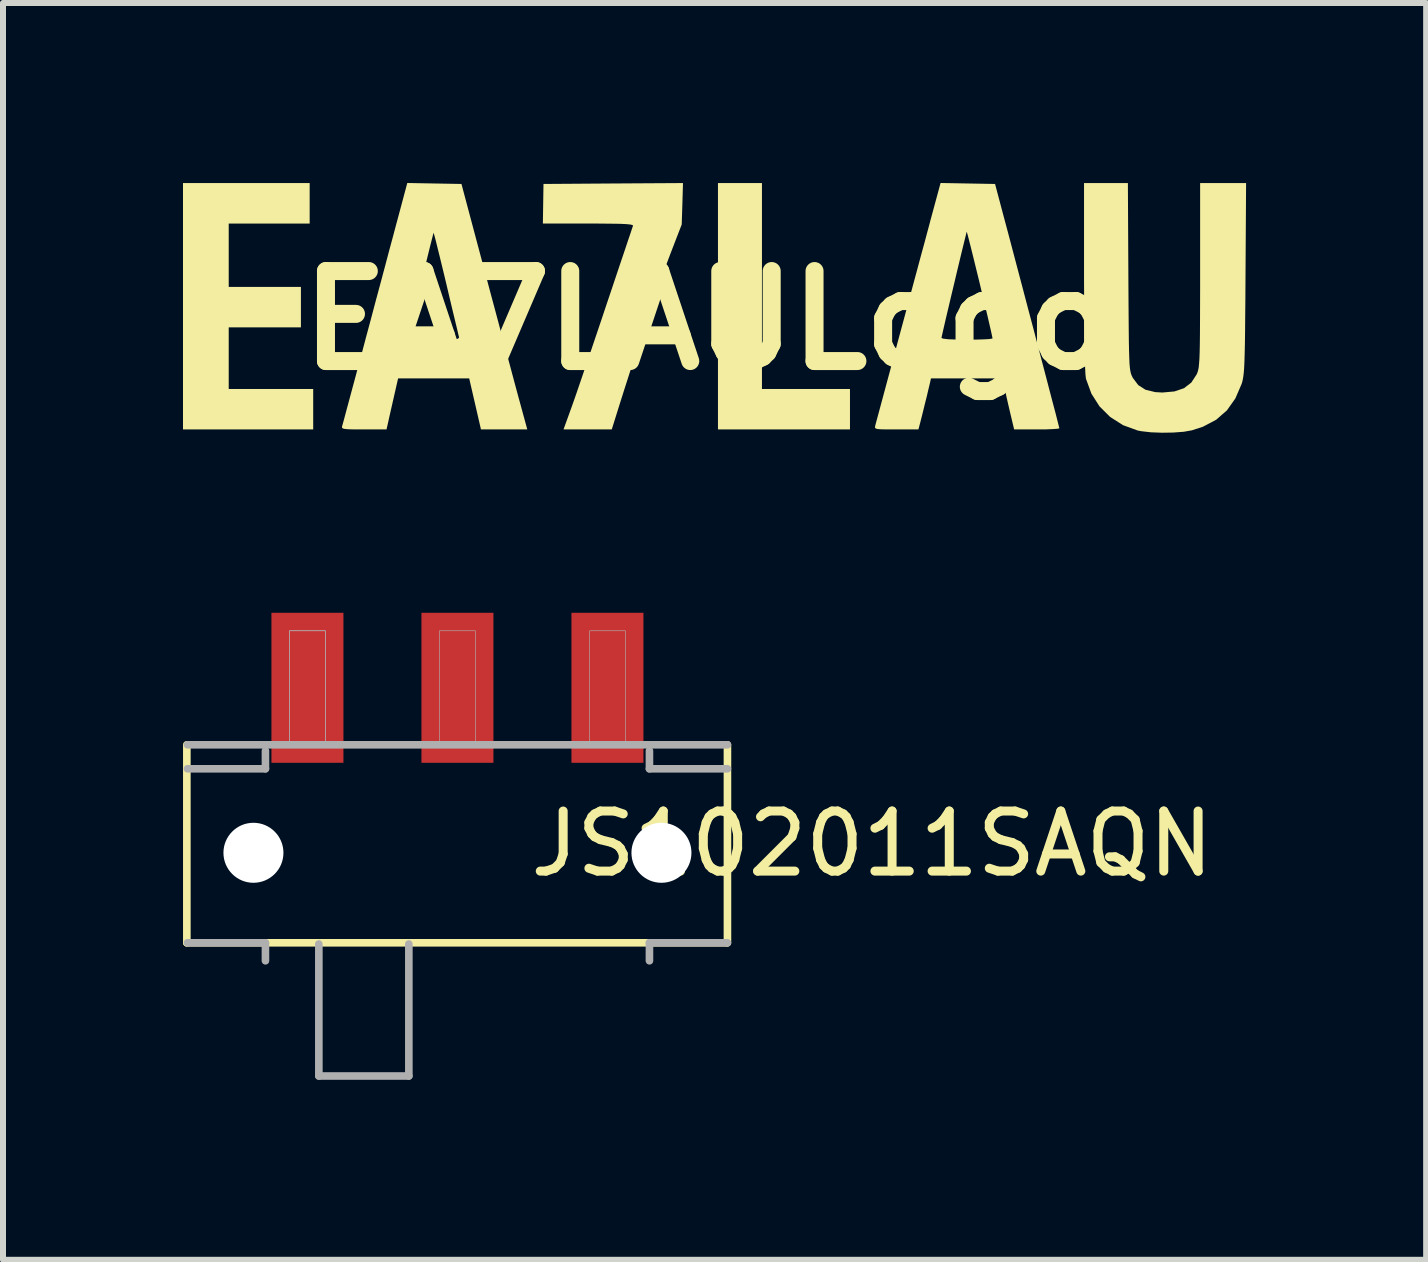
<source format=kicad_pcb>
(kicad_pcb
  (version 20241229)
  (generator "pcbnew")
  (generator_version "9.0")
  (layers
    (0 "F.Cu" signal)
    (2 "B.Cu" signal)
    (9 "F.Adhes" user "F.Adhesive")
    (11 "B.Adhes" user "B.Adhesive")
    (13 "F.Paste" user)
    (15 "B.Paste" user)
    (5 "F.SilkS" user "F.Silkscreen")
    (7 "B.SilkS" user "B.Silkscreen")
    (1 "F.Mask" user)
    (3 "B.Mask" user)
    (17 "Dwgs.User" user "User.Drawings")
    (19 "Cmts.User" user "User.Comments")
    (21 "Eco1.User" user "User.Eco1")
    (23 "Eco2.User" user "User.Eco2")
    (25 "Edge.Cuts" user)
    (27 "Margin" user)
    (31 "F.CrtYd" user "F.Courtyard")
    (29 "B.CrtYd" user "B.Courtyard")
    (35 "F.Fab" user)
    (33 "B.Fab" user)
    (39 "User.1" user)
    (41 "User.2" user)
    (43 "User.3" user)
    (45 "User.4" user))
  (footprint "EA7LAULogo"
    (layer "F.Cu")
    (at 8.74 2.289)
    (property "Reference" "EA7LAULogo" (at 0 0 0) (layer "F.SilkS") (effects (font (size 1.5 1.5) (thickness 0.3))))
    (attr board_only exclude_from_pos_files exclude_from_bom)
    (fp_poly (pts (xy 0.909 -0.572) (xy 0.909 1.144) (xy 1.642 1.144) (xy 2.376 1.144) (xy 2.376 1.481) (xy 2.376 1.818) (xy 1.276 1.818) (xy 0.176 1.818) (xy 0.176 -0.235) (xy 0.176 -2.288) (xy 0.543 -2.288) (xy 0.909 -2.288)) (stroke (width 0) (type solid)) (fill yes) (layer "F.SilkS"))
    (fp_poly (pts (xy -6.629 -1.95) (xy -6.629 -1.613) (xy -7.303 -1.613) (xy -7.978 -1.613) (xy -7.978 -1.085) (xy -7.978 -0.557) (xy -7.377 -0.557) (xy -6.775 -0.557) (xy -6.775 -0.22) (xy -6.775 0.117) (xy -7.377 0.117) (xy -7.978 0.117) (xy -7.978 0.631) (xy -7.978 1.144) (xy -7.274 1.144) (xy -6.57 1.144) (xy -6.57 1.481) (xy -6.57 1.818) (xy -7.655 1.818) (xy -8.74 1.818) (xy -8.74 -0.235) (xy -8.74 -2.288) (xy -7.685 -2.288) (xy -6.629 -2.288)) (stroke (width 0) (type solid)) (fill yes) (layer "F.SilkS"))
    (fp_poly (pts (xy -0.417 -1.943) (xy -0.428 -1.598) (xy -0.621 -1.098) (xy -0.702 -0.883) (xy -0.796 -0.619) (xy -0.902 -0.314) (xy -1.017 0.023) (xy -1.137 0.385) (xy -1.26 0.764) (xy -1.385 1.153) (xy -1.454 1.371) (xy -1.594 1.818) (xy -1.996 1.818) (xy -2.398 1.818) (xy -2.271 1.467) (xy -2.235 1.366) (xy -2.183 1.217) (xy -2.118 1.027) (xy -2.042 0.804) (xy -1.957 0.555) (xy -1.867 0.288) (xy -1.773 0.01) (xy -1.699 -0.212) (xy -1.609 -0.479) (xy -1.525 -0.73) (xy -1.448 -0.959) (xy -1.38 -1.16) (xy -1.324 -1.328) (xy -1.28 -1.457) (xy -1.252 -1.542) (xy -1.24 -1.576) (xy -1.24 -1.576) (xy -1.247 -1.588) (xy -1.283 -1.597) (xy -1.353 -1.604) (xy -1.462 -1.609) (xy -1.615 -1.611) (xy -1.818 -1.613) (xy -1.984 -1.613) (xy -2.742 -1.613) (xy -2.737 -1.943) (xy -2.732 -2.273) (xy -1.569 -2.281) (xy -0.407 -2.288)) (stroke (width 0) (type solid)) (fill yes) (layer "F.SilkS"))
    (fp_poly (pts (xy 7.016 -0.726) (xy 7.018 -0.384) (xy 7.02 -0.095) (xy 7.022 0.145) (xy 7.024 0.341) (xy 7.027 0.499) (xy 7.031 0.623) (xy 7.035 0.719) (xy 7.041 0.791) (xy 7.049 0.844) (xy 7.058 0.884) (xy 7.069 0.915) (xy 7.082 0.943) (xy 7.091 0.96) (xy 7.18 1.079) (xy 7.302 1.157) (xy 7.463 1.196) (xy 7.582 1.203) (xy 7.784 1.185) (xy 7.943 1.131) (xy 8.065 1.037) (xy 8.154 0.901) (xy 8.157 0.895) (xy 8.169 0.865) (xy 8.179 0.831) (xy 8.188 0.785) (xy 8.194 0.725) (xy 8.2 0.644) (xy 8.204 0.537) (xy 8.207 0.4) (xy 8.209 0.227) (xy 8.21 0.014) (xy 8.211 -0.246) (xy 8.212 -0.556) (xy 8.212 -0.755) (xy 8.212 -2.288) (xy 8.595 -2.288) (xy 8.978 -2.288) (xy 8.968 -0.697) (xy 8.966 -0.347) (xy 8.963 -0.05) (xy 8.961 0.197) (xy 8.958 0.402) (xy 8.954 0.567) (xy 8.95 0.7) (xy 8.945 0.804) (xy 8.938 0.885) (xy 8.93 0.948) (xy 8.921 0.997) (xy 8.91 1.039) (xy 8.905 1.056) (xy 8.799 1.302) (xy 8.658 1.501) (xy 8.479 1.657) (xy 8.259 1.773) (xy 8.075 1.833) (xy 7.939 1.857) (xy 7.766 1.87) (xy 7.577 1.873) (xy 7.392 1.866) (xy 7.234 1.848) (xy 7.171 1.836) (xy 6.927 1.747) (xy 6.713 1.611) (xy 6.535 1.434) (xy 6.4 1.222) (xy 6.312 0.982) (xy 6.308 0.967) (xy 6.301 0.906) (xy 6.295 0.791) (xy 6.29 0.623) (xy 6.285 0.408) (xy 6.282 0.148) (xy 6.279 -0.154) (xy 6.278 -0.493) (xy 6.277 -0.726) (xy 6.277 -2.288) (xy 6.642 -2.288) (xy 7.008 -2.288)) (stroke (width 0) (type solid)) (fill yes) (layer "F.SilkS"))
    (fp_poly (pts (xy -4.551 -2.281) (xy -4.099 -2.273) (xy -3.681 -0.704) (xy -3.598 -0.393) (xy -3.515 -0.084) (xy -3.435 0.216) (xy -3.36 0.497) (xy -3.29 0.755) (xy -3.23 0.98) (xy -3.18 1.166) (xy -3.142 1.306) (xy -3.132 1.342) (xy -3.002 1.818) (xy -3.388 1.818) (xy -3.774 1.818) (xy -3.872 1.393) (xy -3.97 0.968) (xy -4.562 0.968) (xy -5.155 0.968) (xy -5.217 1.239) (xy -5.249 1.38) (xy -5.281 1.52) (xy -5.307 1.635) (xy -5.313 1.664) (xy -5.348 1.818) (xy -5.726 1.818) (xy -5.881 1.818) (xy -5.986 1.815) (xy -6.051 1.809) (xy -6.083 1.799) (xy -6.091 1.782) (xy -6.089 1.767) (xy -6.078 1.729) (xy -6.054 1.641) (xy -6.018 1.506) (xy -5.971 1.332) (xy -5.915 1.124) (xy -5.851 0.886) (xy -5.781 0.626) (xy -5.707 0.348) (xy -5.693 0.294) (xy -4.986 0.294) (xy -4.958 0.305) (xy -4.879 0.314) (xy -4.756 0.32) (xy -4.596 0.323) (xy -4.557 0.323) (xy -4.391 0.322) (xy -4.274 0.32) (xy -4.199 0.315) (xy -4.158 0.306) (xy -4.141 0.292) (xy -4.141 0.273) (xy -4.142 0.271) (xy -4.152 0.231) (xy -4.173 0.14) (xy -4.205 0.008) (xy -4.245 -0.158) (xy -4.291 -0.351) (xy -4.341 -0.563) (xy -4.355 -0.623) (xy -4.406 -0.835) (xy -4.453 -1.028) (xy -4.494 -1.193) (xy -4.526 -1.324) (xy -4.55 -1.414) (xy -4.562 -1.457) (xy -4.563 -1.459) (xy -4.572 -1.429) (xy -4.592 -1.351) (xy -4.622 -1.233) (xy -4.659 -1.083) (xy -4.701 -0.91) (xy -4.747 -0.723) (xy -4.794 -0.529) (xy -4.84 -0.337) (xy -4.883 -0.157) (xy -4.921 0.005) (xy -4.952 0.138) (xy -4.974 0.235) (xy -4.985 0.288) (xy -4.986 0.294) (xy -5.693 0.294) (xy -5.689 0.279) (xy -5.607 -0.025) (xy -5.526 -0.331) (xy -5.445 -0.631) (xy -5.369 -0.916) (xy -5.3 -1.177) (xy -5.238 -1.406) (xy -5.188 -1.595) (xy -5.153 -1.724) (xy -5.002 -2.289)) (stroke (width 0) (type solid)) (fill yes) (layer "F.SilkS"))
    (fp_poly (pts (xy 4.34 -2.281) (xy 4.794 -2.273) (xy 4.872 -1.98) (xy 4.941 -1.72) (xy 5.016 -1.44) (xy 5.094 -1.144) (xy 5.175 -0.837) (xy 5.258 -0.524) (xy 5.34 -0.211) (xy 5.422 0.097) (xy 5.5 0.395) (xy 5.574 0.678) (xy 5.643 0.94) (xy 5.705 1.178) (xy 5.759 1.384) (xy 5.804 1.554) (xy 5.837 1.684) (xy 5.858 1.767) (xy 5.866 1.799) (xy 5.866 1.799) (xy 5.839 1.806) (xy 5.763 1.812) (xy 5.651 1.817) (xy 5.514 1.818) (xy 5.489 1.818) (xy 5.112 1.818) (xy 5.034 1.489) (xy 5.001 1.347) (xy 4.972 1.217) (xy 4.949 1.115) (xy 4.939 1.063) (xy 4.92 0.968) (xy 4.323 0.968) (xy 3.726 0.968) (xy 3.708 1.049) (xy 3.686 1.14) (xy 3.656 1.268) (xy 3.62 1.411) (xy 3.586 1.551) (xy 3.557 1.665) (xy 3.546 1.708) (xy 3.517 1.818) (xy 3.149 1.818) (xy 2.996 1.818) (xy 2.894 1.816) (xy 2.831 1.811) (xy 2.801 1.8) (xy 2.792 1.783) (xy 2.797 1.757) (xy 2.798 1.752) (xy 2.813 1.695) (xy 2.842 1.588) (xy 2.883 1.436) (xy 2.934 1.247) (xy 2.993 1.027) (xy 3.059 0.783) (xy 3.129 0.52) (xy 3.19 0.293) (xy 3.901 0.293) (xy 3.929 0.305) (xy 4.012 0.315) (xy 4.143 0.32) (xy 4.318 0.323) (xy 4.326 0.323) (xy 4.477 0.321) (xy 4.604 0.317) (xy 4.697 0.312) (xy 4.746 0.304) (xy 4.752 0.301) (xy 4.745 0.265) (xy 4.727 0.181) (xy 4.699 0.06) (xy 4.664 -0.092) (xy 4.622 -0.266) (xy 4.577 -0.454) (xy 4.531 -0.647) (xy 4.484 -0.838) (xy 4.44 -1.018) (xy 4.4 -1.179) (xy 4.366 -1.313) (xy 4.341 -1.412) (xy 4.325 -1.468) (xy 4.321 -1.476) (xy 4.304 -1.406) (xy 4.276 -1.293) (xy 4.24 -1.147) (xy 4.199 -0.976) (xy 4.154 -0.789) (xy 4.108 -0.593) (xy 4.061 -0.398) (xy 4.017 -0.211) (xy 3.977 -0.042) (xy 3.944 0.101) (xy 3.919 0.21) (xy 3.904 0.277) (xy 3.901 0.293) (xy 3.19 0.293) (xy 3.203 0.245) (xy 3.279 -0.036) (xy 3.354 -0.316) (xy 3.427 -0.588) (xy 3.497 -0.847) (xy 3.561 -1.086) (xy 3.619 -1.298) (xy 3.667 -1.478) (xy 3.705 -1.619) (xy 3.713 -1.651) (xy 3.886 -2.289)) (stroke (width 0) (type solid)) (fill yes) (layer "F.SilkS")))
  (footprint "JS102011SAQN"
    (layer "F.Cu")
    (at 4.574 11.163)
    (property "Reference" "JS102011SAQN" (at 6.91 -0.15 180) (layer "F.SilkS") (effects (font (size 1.001 1.001) (thickness 0.15))))
    (attr smd)
    (fp_line (start -4.51 -1.8) (end -4.51 1.5) (stroke (width 0.127) (type solid)) (layer "F.SilkS"))
    (fp_line (start -4.51 1.5) (end 4.49 1.5) (stroke (width 0.127) (type solid)) (layer "F.SilkS"))
    (fp_line (start 4.5 -1.8) (end 4.5 1.5) (stroke (width 0.127) (type solid)) (layer "F.SilkS"))
    (fp_line (start -4.5 -1.8) (end 4.5 -1.8) (stroke (width 0.127) (type solid)) (layer "F.Fab"))
    (fp_line (start -4.5 -1.4) (end -3.2 -1.4) (stroke (width 0.127) (type solid)) (layer "F.Fab"))
    (fp_line (start -4.5 1.5) (end -3.2 1.5) (stroke (width 0.127) (type solid)) (layer "F.Fab"))
    (fp_line (start -3.2 -1.7) (end -3.2 -1.4) (stroke (width 0.127) (type solid)) (layer "F.Fab"))
    (fp_line (start -3.2 1.5) (end -3.2 1.8) (stroke (width 0.127) (type solid)) (layer "F.Fab"))
    (fp_line (start -2.31 1.52) (end -2.31 3.72) (stroke (width 0.127) (type solid)) (layer "F.Fab"))
    (fp_line (start -2.31 3.72) (end -0.81 3.72) (stroke (width 0.127) (type solid)) (layer "F.Fab"))
    (fp_line (start -0.81 3.72) (end -0.81 1.52) (stroke (width 0.127) (type solid)) (layer "F.Fab"))
    (fp_line (start 3.2 -1.7) (end 3.2 -1.4) (stroke (width 0.127) (type solid)) (layer "F.Fab"))
    (fp_line (start 3.2 -1.4) (end 4.5 -1.4) (stroke (width 0.127) (type solid)) (layer "F.Fab"))
    (fp_line (start 3.2 1.5) (end 3.2 1.8) (stroke (width 0.127) (type solid)) (layer "F.Fab"))
    (fp_line (start 3.2 1.5) (end 4.5 1.5) (stroke (width 0.127) (type solid)) (layer "F.Fab"))
    (fp_poly (pts (xy -2.801 -3.7) (xy -2.2 -3.7) (xy -2.2 -1.801) (xy -2.801 -1.801)) (stroke (width 0.01) (type solid)) (fill no) (layer "F.Fab"))
    (fp_poly (pts (xy -2.801 -3.7) (xy -2.2 -3.7) (xy -2.2 -1.801) (xy -2.801 -1.801)) (stroke (width 0.01) (type solid)) (fill no) (layer "F.Fab"))
    (fp_poly (pts (xy -0.3 -3.7) (xy 0.3 -3.7) (xy 0.3 -1.8) (xy -0.3 -1.8)) (stroke (width 0.01) (type solid)) (fill no) (layer "F.Fab"))
    (fp_poly (pts (xy 2.204 -3.7) (xy 2.8 -3.7) (xy 2.8 -1.803) (xy 2.204 -1.803)) (stroke (width 0.01) (type solid)) (fill no) (layer "F.Fab"))
    (pad "" np_thru_hole circle (at -3.4 0) (size 1 1) (drill 1) (layers "*.Cu" "*.Mask"))
    (pad "" np_thru_hole circle (at 3.4 0) (size 1 1) (drill 1) (layers "*.Cu" "*.Mask"))
    (pad "1" smd rect (at -2.5 -2.75) (size 1.2 2.5) (layers "F.Cu" "F.Mask" "F.Paste"))
    (pad "2" smd rect (at 0 -2.75) (size 1.2 2.5) (layers "F.Cu" "F.Mask" "F.Paste"))
    (pad "3" smd rect (at 2.5 -2.75) (size 1.2 2.5) (layers "F.Cu" "F.Mask" "F.Paste")))
  (gr_rect
    (start -3 -3)
    (end 20.719 17.946)
    (stroke (width 0.1) (type default))
    (fill no)
    (layer "Edge.Cuts")))
</source>
